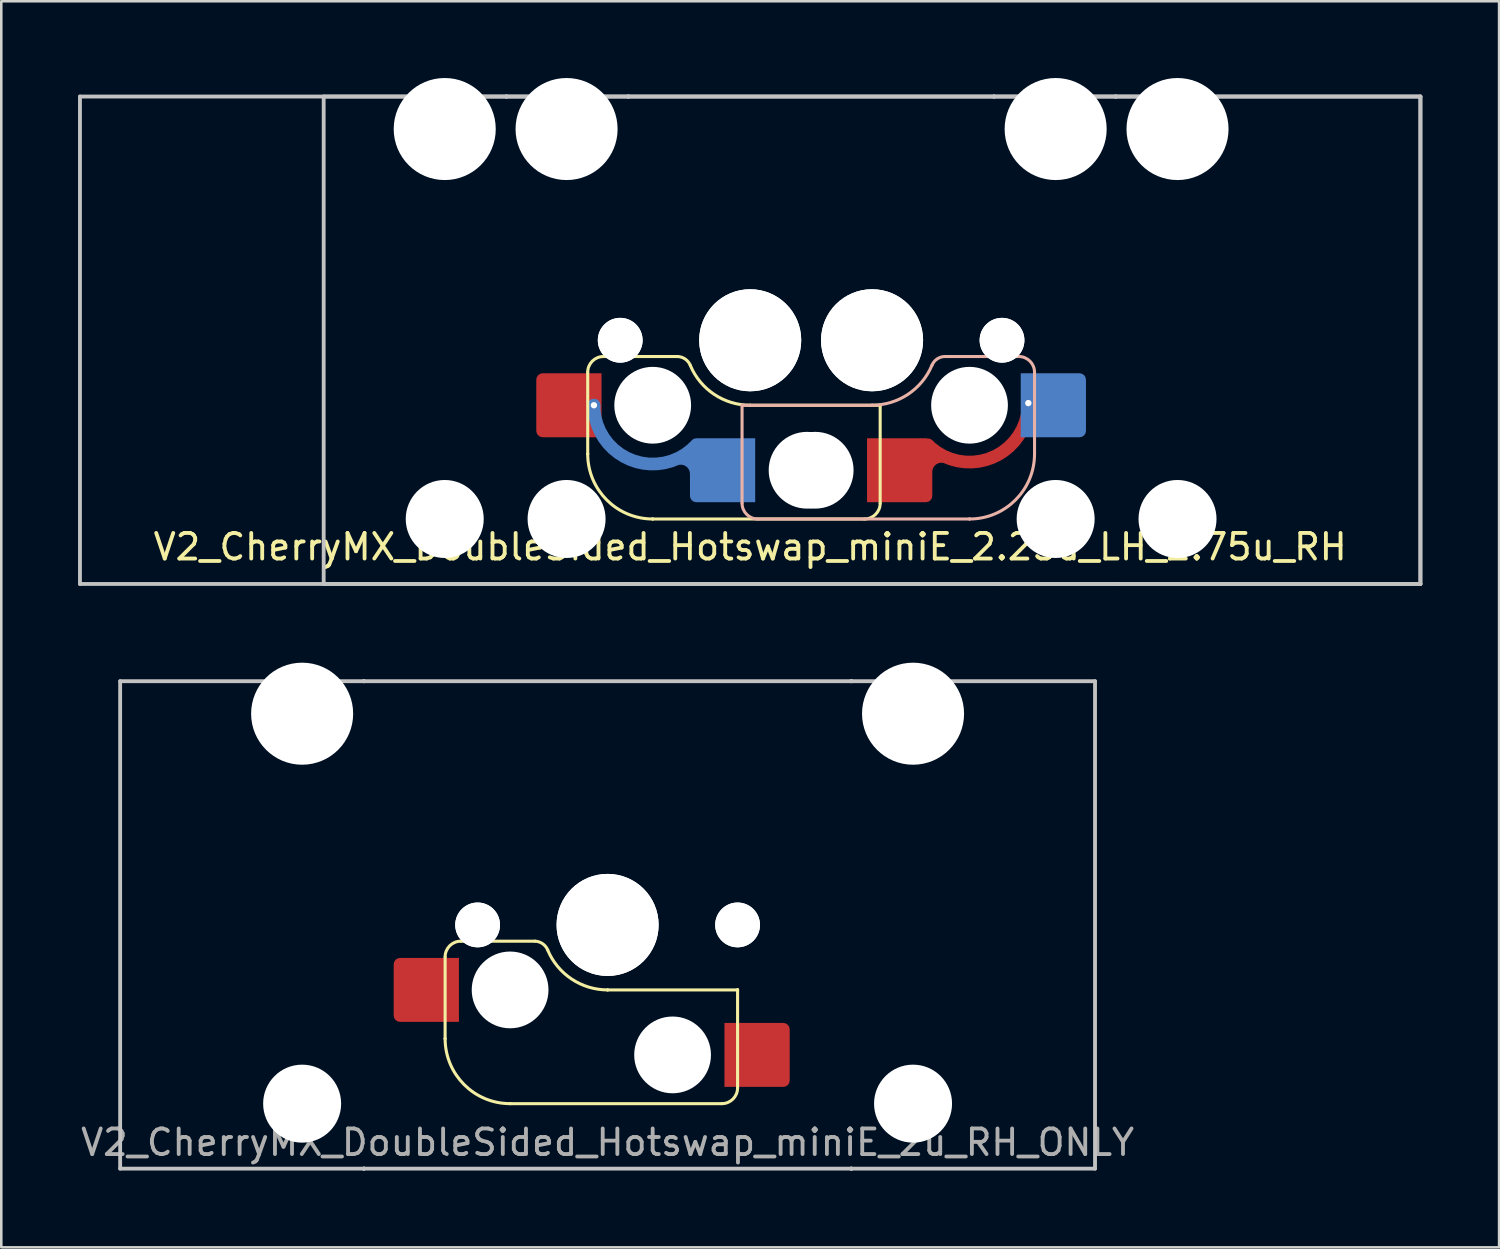
<source format=kicad_pcb>
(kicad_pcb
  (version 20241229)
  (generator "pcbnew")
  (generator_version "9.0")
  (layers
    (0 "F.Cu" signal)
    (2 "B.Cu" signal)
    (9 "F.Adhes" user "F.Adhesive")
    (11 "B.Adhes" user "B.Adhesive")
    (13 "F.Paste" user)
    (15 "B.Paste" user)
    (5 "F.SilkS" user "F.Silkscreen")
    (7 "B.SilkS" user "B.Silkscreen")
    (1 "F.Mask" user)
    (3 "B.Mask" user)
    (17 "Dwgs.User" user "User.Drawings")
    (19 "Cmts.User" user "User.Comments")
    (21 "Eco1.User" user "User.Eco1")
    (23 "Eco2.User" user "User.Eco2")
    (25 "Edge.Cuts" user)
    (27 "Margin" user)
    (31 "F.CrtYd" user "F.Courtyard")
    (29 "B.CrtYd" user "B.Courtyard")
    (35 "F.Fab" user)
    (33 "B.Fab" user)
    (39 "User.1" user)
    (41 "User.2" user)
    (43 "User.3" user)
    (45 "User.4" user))
  (footprint "V2_CherryMX_DoubleSided_Hotswap_miniE_2.25u_LH_2.75u_RH"
    (layer "F.Cu")
    (at 26.269 9.924)
    (property "Reference" "V2_CherryMX_DoubleSided_Hotswap_miniE_2.25u_LH_2.75u_RH" (at 0 8.4 0) (layer "F.SilkS") (effects (font (size 1 1) (thickness 0.15))))
    (attr through_hole)
    (fp_line (start -6.35 4.769) (end -6.35 1.584) (stroke (width 0.12) (type solid)) (layer "F.SilkS"))
    (fp_line (start -6.35 4.769) (end -6.35 4.769) (stroke (width 0.12) (type solid)) (layer "F.SilkS"))
    (fp_line (start -5.73 0.959) (end -2.84 0.959) (stroke (width 0.12) (type solid)) (layer "F.SilkS"))
    (fp_line (start -3.81 7.309) (end -3.81 7.309) (stroke (width 0.12) (type solid)) (layer "F.SilkS"))
    (fp_line (start -3.81 7.309) (end 4.46 7.309) (stroke (width 0.12) (type solid)) (layer "F.SilkS"))
    (fp_line (start 0 2.864) (end 0 2.864) (stroke (width 0.12) (type solid)) (layer "F.SilkS"))
    (fp_line (start 0 2.864) (end 5.08 2.864) (stroke (width 0.12) (type solid)) (layer "F.SilkS"))
    (fp_line (start 5.08 2.864) (end 5.08 2.864) (stroke (width 0.12) (type solid)) (layer "F.SilkS"))
    (fp_line (start 5.08 2.864) (end 5.08 2.864) (stroke (width 0.12) (type solid)) (layer "F.SilkS"))
    (fp_line (start 5.08 6.694) (end 5.08 2.864) (stroke (width 0.12) (type solid)) (layer "F.SilkS"))
    (fp_arc (start -6.35 1.57445) (mid -6.169871 1.139579) (end -5.735 0.95945) (stroke (width 0.12) (type default)) (layer "F.SilkS"))
    (fp_arc (start -3.81 7.30945) (mid -5.606051 6.565501) (end -6.35 4.76945) (stroke (width 0.12) (type solid)) (layer "F.SilkS"))
    (fp_arc (start -2.840072 0.95945) (mid -2.539136 1.058774) (end -2.34 1.305295) (stroke (width 0.12) (type default)) (layer "F.SilkS"))
    (fp_arc (start 0 2.86445) (mid -1.405313 2.439652) (end -2.34 1.307522) (stroke (width 0.12) (type solid)) (layer "F.SilkS"))
    (fp_arc (start 5.080129 6.69445) (mid 4.899999 7.12932) (end 4.465129 7.30945) (stroke (width 0.12) (type default)) (layer "F.SilkS"))
    (fp_line (start -0.318 2.864) (end -0.318 2.864) (stroke (width 0.12) (type solid)) (layer "B.SilkS"))
    (fp_line (start -0.318 2.864) (end -0.318 2.864) (stroke (width 0.12) (type solid)) (layer "B.SilkS"))
    (fp_line (start -0.318 6.684) (end -0.318 2.864) (stroke (width 0.12) (type solid)) (layer "B.SilkS"))
    (fp_line (start 0.302 7.309) (end 8.572 7.309) (stroke (width 0.12) (type solid)) (layer "B.SilkS"))
    (fp_line (start 4.763 2.864) (end -0.318 2.864) (stroke (width 0.12) (type solid)) (layer "B.SilkS"))
    (fp_line (start 4.763 2.864) (end 4.763 2.864) (stroke (width 0.12) (type solid)) (layer "B.SilkS"))
    (fp_line (start 7.622 0.959) (end 10.482 0.959) (stroke (width 0.12) (type solid)) (layer "B.SilkS"))
    (fp_line (start 8.572 7.309) (end 8.572 7.309) (stroke (width 0.12) (type solid)) (layer "B.SilkS"))
    (fp_line (start 11.113 1.574) (end 11.113 4.769) (stroke (width 0.12) (type solid)) (layer "B.SilkS"))
    (fp_line (start 11.113 4.769) (end 11.113 4.769) (stroke (width 0.12) (type solid)) (layer "B.SilkS"))
    (fp_arc (start 0.2975 7.30945) (mid -0.137371 7.129321) (end -0.3175 6.69445) (stroke (width 0.12) (type default)) (layer "B.SilkS"))
    (fp_arc (start 7.1025 1.30445) (mid 6.167813 2.43658) (end 4.7625 2.861378) (stroke (width 0.12) (type solid)) (layer "B.SilkS"))
    (fp_arc (start 7.1025 1.30445) (mid 7.309883 1.052341) (end 7.622499 0.958313) (stroke (width 0.12) (type default)) (layer "B.SilkS"))
    (fp_arc (start 10.497629 0.95945) (mid 10.932516 1.139584) (end 11.112629 1.57445) (stroke (width 0.12) (type default)) (layer "B.SilkS"))
    (fp_arc (start 11.1125 4.76945) (mid 10.368551 6.565501) (end 8.5725 7.30945) (stroke (width 0.12) (type solid)) (layer "B.SilkS"))
    (fp_line (start -26.194 -9.201) (end 26.194 -9.201) (stroke (width 0.15) (type solid)) (layer "Dwgs.User"))
    (fp_line (start -26.194 9.849) (end -26.194 -9.201) (stroke (width 0.15) (type solid)) (layer "Dwgs.User"))
    (fp_line (start -16.669 -9.201) (end 26.194 -9.201) (stroke (width 0.15) (type solid)) (layer "Dwgs.User"))
    (fp_line (start -16.669 9.849) (end -16.669 -9.201) (stroke (width 0.15) (type solid)) (layer "Dwgs.User"))
    (fp_line (start -9.525 -9.201) (end -9.525 -9.201) (stroke (width 0.15) (type solid)) (layer "Dwgs.User"))
    (fp_line (start -9.525 -9.201) (end -9.525 -9.201) (stroke (width 0.15) (type solid)) (layer "Dwgs.User"))
    (fp_line (start -9.525 -9.201) (end -9.525 -9.201) (stroke (width 0.15) (type solid)) (layer "Dwgs.User"))
    (fp_line (start -9.525 -9.201) (end -9.525 -9.201) (stroke (width 0.15) (type solid)) (layer "Dwgs.User"))
    (fp_line (start -9.525 9.849) (end -9.525 9.849) (stroke (width 0.15) (type solid)) (layer "Dwgs.User"))
    (fp_line (start -9.525 9.849) (end -9.525 9.849) (stroke (width 0.15) (type solid)) (layer "Dwgs.User"))
    (fp_line (start -9.525 9.849) (end -9.525 9.849) (stroke (width 0.15) (type solid)) (layer "Dwgs.User"))
    (fp_line (start -9.525 9.849) (end -9.525 9.849) (stroke (width 0.15) (type solid)) (layer "Dwgs.User"))
    (fp_line (start -4.763 -9.201) (end -4.763 -9.201) (stroke (width 0.15) (type solid)) (layer "Dwgs.User"))
    (fp_line (start -4.763 -9.201) (end -4.763 -9.201) (stroke (width 0.15) (type solid)) (layer "Dwgs.User"))
    (fp_line (start -4.763 -9.201) (end -4.763 -9.201) (stroke (width 0.15) (type solid)) (layer "Dwgs.User"))
    (fp_line (start -4.763 -9.201) (end -4.763 -9.201) (stroke (width 0.15) (type solid)) (layer "Dwgs.User"))
    (fp_line (start -4.763 9.849) (end -4.763 9.849) (stroke (width 0.15) (type solid)) (layer "Dwgs.User"))
    (fp_line (start -4.763 9.849) (end -4.763 9.849) (stroke (width 0.15) (type solid)) (layer "Dwgs.User"))
    (fp_line (start -4.763 9.849) (end -4.763 9.849) (stroke (width 0.15) (type solid)) (layer "Dwgs.User"))
    (fp_line (start -4.763 9.849) (end -4.763 9.849) (stroke (width 0.15) (type solid)) (layer "Dwgs.User"))
    (fp_line (start 9.525 -9.201) (end 9.525 -9.201) (stroke (width 0.15) (type solid)) (layer "Dwgs.User"))
    (fp_line (start 9.525 -9.201) (end 9.525 -9.201) (stroke (width 0.15) (type solid)) (layer "Dwgs.User"))
    (fp_line (start 9.525 -9.201) (end 9.525 -9.201) (stroke (width 0.15) (type solid)) (layer "Dwgs.User"))
    (fp_line (start 9.525 -9.201) (end 9.525 -9.201) (stroke (width 0.15) (type solid)) (layer "Dwgs.User"))
    (fp_line (start 9.525 9.849) (end 9.525 9.849) (stroke (width 0.15) (type solid)) (layer "Dwgs.User"))
    (fp_line (start 9.525 9.849) (end 9.525 9.849) (stroke (width 0.15) (type solid)) (layer "Dwgs.User"))
    (fp_line (start 9.525 9.849) (end 9.525 9.849) (stroke (width 0.15) (type solid)) (layer "Dwgs.User"))
    (fp_line (start 9.525 9.849) (end 9.525 9.849) (stroke (width 0.15) (type solid)) (layer "Dwgs.User"))
    (fp_line (start 14.287 -9.201) (end 14.287 -9.201) (stroke (width 0.15) (type solid)) (layer "Dwgs.User"))
    (fp_line (start 14.287 -9.201) (end 14.287 -9.201) (stroke (width 0.15) (type solid)) (layer "Dwgs.User"))
    (fp_line (start 14.287 -9.201) (end 14.287 -9.201) (stroke (width 0.15) (type solid)) (layer "Dwgs.User"))
    (fp_line (start 14.287 -9.201) (end 14.287 -9.201) (stroke (width 0.15) (type solid)) (layer "Dwgs.User"))
    (fp_line (start 14.287 9.849) (end 14.287 9.849) (stroke (width 0.15) (type solid)) (layer "Dwgs.User"))
    (fp_line (start 14.287 9.849) (end 14.287 9.849) (stroke (width 0.15) (type solid)) (layer "Dwgs.User"))
    (fp_line (start 14.287 9.849) (end 14.287 9.849) (stroke (width 0.15) (type solid)) (layer "Dwgs.User"))
    (fp_line (start 14.287 9.849) (end 14.287 9.849) (stroke (width 0.15) (type solid)) (layer "Dwgs.User"))
    (fp_line (start 26.194 -9.201) (end 26.194 9.849) (stroke (width 0.15) (type solid)) (layer "Dwgs.User"))
    (fp_line (start 26.194 -9.201) (end 26.194 9.849) (stroke (width 0.15) (type solid)) (layer "Dwgs.User"))
    (fp_line (start 26.194 9.849) (end -26.194 9.849) (stroke (width 0.15) (type solid)) (layer "Dwgs.User"))
    (fp_line (start 26.194 9.849) (end -16.669 9.849) (stroke (width 0.15) (type solid)) (layer "Dwgs.User"))
    (fp_line (start -9.525 9.849) (end -9.525 -9.201) (stroke (width 0.15) (type solid)) (layer "User.2"))
    (fp_line (start -4.763 9.849) (end -4.763 -9.201) (stroke (width 0.15) (type solid)) (layer "User.2"))
    (fp_line (start 9.525 -9.201) (end -9.525 -9.201) (stroke (width 0.15) (type solid)) (layer "User.2"))
    (fp_line (start 9.525 9.849) (end -9.525 9.849) (stroke (width 0.15) (type solid)) (layer "User.2"))
    (fp_line (start 9.525 9.849) (end 9.525 -9.201) (stroke (width 0.15) (type solid)) (layer "User.2"))
    (fp_line (start 14.287 -9.201) (end -4.763 -9.201) (stroke (width 0.15) (type solid)) (layer "User.2"))
    (fp_line (start 14.287 9.849) (end -4.763 9.849) (stroke (width 0.15) (type solid)) (layer "User.2"))
    (fp_line (start 14.287 9.849) (end 14.287 -9.201) (stroke (width 0.15) (type solid)) (layer "User.2"))
    (pad "" np_thru_hole circle (at -11.938 -7.931) (size 3.988 3.988) (drill 3.988) (layers "*.Cu" "*.Mask"))
    (pad "" np_thru_hole circle (at -11.938 7.309) (size 3.048 3.048) (drill 3.048) (layers "*.Cu" "*.Mask"))
    (pad "" np_thru_hole circle (at -7.176 -7.931) (size 3.988 3.988) (drill 3.988) (layers "*.Cu" "*.Mask"))
    (pad "" np_thru_hole circle (at -7.176 7.309) (size 3.048 3.048) (drill 3.048) (layers "*.Cu" "*.Mask"))
    (pad "" np_thru_hole circle (at -5.08 0.324 180) (size 1.75 1.75) (drill 1.75) (layers "*.Cu" "*.Mask"))
    (pad "" np_thru_hole circle (at -5.08 0.324 180) (size 1.75 1.75) (drill 1.75) (layers "*.Cu" "*.Mask"))
    (pad "" np_thru_hole circle (at -3.81 2.864 180) (size 3 3) (drill 3) (layers "*.Cu" "*.Mask"))
    (pad "" np_thru_hole circle (at -0.318 0.324 180) (size 1.75 1.75) (drill 1.75) (layers "*.Cu" "*.Mask"))
    (pad "" np_thru_hole circle (at -0.318 0.324 180) (size 1.75 1.75) (drill 1.75) (layers "*.Cu" "*.Mask"))
    (pad "" np_thru_hole circle (at 0 0.324 180) (size 3.988 3.988) (drill 3.988) (layers "*.Cu" "*.Mask"))
    (pad "" np_thru_hole circle (at 0 0.324 180) (size 3.988 3.988) (drill 3.988) (layers "*.Cu" "*.Mask"))
    (pad "" np_thru_hole circle (at 2.223 5.404 180) (size 3 3) (drill 3) (layers "*.Cu" "*.Mask"))
    (pad "" np_thru_hole circle (at 2.54 5.404 180) (size 3 3) (drill 3) (layers "*.Cu" "*.Mask"))
    (pad "" np_thru_hole circle (at 4.763 0.324 180) (size 3.988 3.988) (drill 3.988) (layers "*.Cu" "*.Mask"))
    (pad "" np_thru_hole circle (at 4.763 0.324 180) (size 3.988 3.988) (drill 3.988) (layers "*.Cu" "*.Mask"))
    (pad "" np_thru_hole circle (at 5.08 0.324 180) (size 1.75 1.75) (drill 1.75) (layers "*.Cu" "*.Mask"))
    (pad "" np_thru_hole circle (at 5.08 0.324 180) (size 1.75 1.75) (drill 1.75) (layers "*.Cu" "*.Mask"))
    (pad "" np_thru_hole circle (at 8.572 2.864 180) (size 3 3) (drill 3) (layers "*.Cu" "*.Mask"))
    (pad "" np_thru_hole circle (at 9.842 0.324 180) (size 1.75 1.75) (drill 1.75) (layers "*.Cu" "*.Mask"))
    (pad "" np_thru_hole circle (at 9.842 0.324 180) (size 1.75 1.75) (drill 1.75) (layers "*.Cu" "*.Mask"))
    (pad "" np_thru_hole circle (at 11.938 -7.931) (size 3.988 3.988) (drill 3.988) (layers "*.Cu" "*.Mask"))
    (pad "" np_thru_hole circle (at 11.938 7.309) (size 3.048 3.048) (drill 3.048) (layers "*.Cu" "*.Mask"))
    (pad "" np_thru_hole circle (at 16.701 -7.931) (size 3.988 3.988) (drill 3.988) (layers "*.Cu" "*.Mask"))
    (pad "" np_thru_hole circle (at 16.701 7.309) (size 3.048 3.048) (drill 3.048) (layers "*.Cu" "*.Mask"))
    (pad "5" smd roundrect (at -7.085 2.864 180) (size 2.55 2.5) (layers "F.Cu" "F.Mask" "F.Paste") (roundrect_rratio 0.1) (chamfer_ratio 0) (chamfer top_left bottom_left))
    (pad "5" thru_hole circle (at -6.107 2.864) (size 0.5 0.5) (drill 0.25) (layers "*.Cu" "*.Mask"))
    (pad "5" smd custom (at -1.079 5.404 180) (size 2.5 2.5) (layers "B.Cu" "B.Mask" "B.Paste") (options (anchor circle)) (primitives (gr_arc (start 1.106609 0.916108) (mid 3.609344 0.418284) (end 5.027029 2.54) (width 0.5)) (gr_arc (start 1.830888 0.431692) (mid 1.270496 0.344452) (end 1.028519 -0.168479) (width 0.5)) (gr_poly (pts (xy -1.275 -1.25) (xy 1.025 -1.25) (xy 1.121 -1.231) (xy 1.202 -1.177) (xy 1.256 -1.096) (xy 1.275 -1) (xy 1.275 1) (xy 1.256 1.096) (xy 1.202 1.177) (xy 1.121 1.231) (xy 1.025 1.25) (xy -1.275 1.25)) (width 0) (fill yes))))
    (pad "6" smd custom (at 5.842 5.404 180) (size 2.5 2.5) (layers "F.Cu" "F.Mask" "F.Paste") (options (anchor circle)) (primitives (gr_poly (pts (xy -1.275 -1) (xy -1.256 -1.096) (xy -1.202 -1.177) (xy -1.121 -1.231) (xy -1.025 -1.25) (xy 1.275 -1.25) (xy 1.275 1.25) (xy -1.025 1.25) (xy -1.121 1.231) (xy -1.202 1.177) (xy -1.256 1.096) (xy -1.275 1)) (width 0) (fill yes)) (gr_arc (start -5.025683 2.616166) (mid -3.608 0.49445) (end -1.105266 0.992274) (width 0.5)) (gr_arc (start -1.027185 -0.092313) (mid -1.269157 0.420616) (end -1.829545 0.507859) (width 0.5))))
    (pad "6" thru_hole circle (at 10.87 2.78) (size 0.5 0.5) (drill 0.25) (layers "*.Cu" "*.Mask"))
    (pad "6" smd roundrect (at 11.848 2.864 180) (size 2.55 2.5) (layers "B.Cu" "B.Mask" "B.Paste") (roundrect_rratio 0.1) (chamfer_ratio 0) (chamfer top_right bottom_right)))
  (footprint "V2_CherryMX_DoubleSided_Hotswap_miniE_2u_RH_ONLY"
    (layer "F.Cu")
    (at 20.696 33.098)
    (property "Reference" "V2_CherryMX_DoubleSided_Hotswap_miniE_2u_RH_ONLY" (at 0 8.5 0) (layer "F.Fab") (effects (font (size 1 1) (thickness 0.15))))
    (attr through_hole)
    (fp_line (start -6.35 4.445) (end -6.35 1.26) (stroke (width 0.12) (type solid)) (layer "F.SilkS"))
    (fp_line (start -6.35 4.445) (end -6.35 4.445) (stroke (width 0.12) (type solid)) (layer "F.SilkS"))
    (fp_line (start -5.73 0.635) (end -2.84 0.635) (stroke (width 0.12) (type solid)) (layer "F.SilkS"))
    (fp_line (start -3.81 6.985) (end -3.81 6.985) (stroke (width 0.12) (type solid)) (layer "F.SilkS"))
    (fp_line (start -3.81 6.985) (end 4.46 6.985) (stroke (width 0.12) (type solid)) (layer "F.SilkS"))
    (fp_line (start 0 2.54) (end 0 2.54) (stroke (width 0.12) (type solid)) (layer "F.SilkS"))
    (fp_line (start 0 2.54) (end 5.08 2.54) (stroke (width 0.12) (type solid)) (layer "F.SilkS"))
    (fp_line (start 5.08 2.54) (end 5.08 2.54) (stroke (width 0.12) (type solid)) (layer "F.SilkS"))
    (fp_line (start 5.08 2.54) (end 5.08 2.54) (stroke (width 0.12) (type solid)) (layer "F.SilkS"))
    (fp_line (start 5.08 6.37) (end 5.08 2.54) (stroke (width 0.12) (type solid)) (layer "F.SilkS"))
    (fp_arc (start -6.35 1.25) (mid -6.169871 0.815129) (end -5.735 0.635) (stroke (width 0.12) (type default)) (layer "F.SilkS"))
    (fp_arc (start -3.81 6.985) (mid -5.606051 6.241051) (end -6.35 4.445) (stroke (width 0.12) (type solid)) (layer "F.SilkS"))
    (fp_arc (start -2.840072 0.635) (mid -2.539136 0.734324) (end -2.34 0.980845) (stroke (width 0.12) (type default)) (layer "F.SilkS"))
    (fp_arc (start 0 2.54) (mid -1.405313 2.115202) (end -2.34 0.983072) (stroke (width 0.12) (type solid)) (layer "F.SilkS"))
    (fp_arc (start 5.080129 6.37) (mid 4.9 6.80487) (end 4.465129 6.985) (stroke (width 0.12) (type default)) (layer "F.SilkS"))
    (fp_line (start -19.05 -9.525) (end 19.05 -9.525) (stroke (width 0.15) (type solid)) (layer "Dwgs.User"))
    (fp_line (start -19.05 9.525) (end -19.05 -9.525) (stroke (width 0.15) (type solid)) (layer "Dwgs.User"))
    (fp_line (start -9.525 -9.525) (end -9.525 -9.525) (stroke (width 0.15) (type solid)) (layer "Dwgs.User"))
    (fp_line (start -9.525 -9.525) (end -9.525 -9.525) (stroke (width 0.15) (type solid)) (layer "Dwgs.User"))
    (fp_line (start -9.525 -9.525) (end -9.525 -9.525) (stroke (width 0.15) (type solid)) (layer "Dwgs.User"))
    (fp_line (start -9.525 -9.525) (end -9.525 -9.525) (stroke (width 0.15) (type solid)) (layer "Dwgs.User"))
    (fp_line (start -9.525 9.525) (end -9.525 9.525) (stroke (width 0.15) (type solid)) (layer "Dwgs.User"))
    (fp_line (start -9.525 9.525) (end -9.525 9.525) (stroke (width 0.15) (type solid)) (layer "Dwgs.User"))
    (fp_line (start -9.525 9.525) (end -9.525 9.525) (stroke (width 0.15) (type solid)) (layer "Dwgs.User"))
    (fp_line (start -9.525 9.525) (end -9.525 9.525) (stroke (width 0.15) (type solid)) (layer "Dwgs.User"))
    (fp_line (start 9.525 -9.525) (end 9.525 -9.525) (stroke (width 0.15) (type solid)) (layer "Dwgs.User"))
    (fp_line (start 9.525 -9.525) (end 9.525 -9.525) (stroke (width 0.15) (type solid)) (layer "Dwgs.User"))
    (fp_line (start 9.525 -9.525) (end 9.525 -9.525) (stroke (width 0.15) (type solid)) (layer "Dwgs.User"))
    (fp_line (start 9.525 -9.525) (end 9.525 -9.525) (stroke (width 0.15) (type solid)) (layer "Dwgs.User"))
    (fp_line (start 9.525 9.525) (end 9.525 9.525) (stroke (width 0.15) (type solid)) (layer "Dwgs.User"))
    (fp_line (start 9.525 9.525) (end 9.525 9.525) (stroke (width 0.15) (type solid)) (layer "Dwgs.User"))
    (fp_line (start 9.525 9.525) (end 9.525 9.525) (stroke (width 0.15) (type solid)) (layer "Dwgs.User"))
    (fp_line (start 9.525 9.525) (end 9.525 9.525) (stroke (width 0.15) (type solid)) (layer "Dwgs.User"))
    (fp_line (start 19.05 -9.525) (end 19.05 9.525) (stroke (width 0.15) (type solid)) (layer "Dwgs.User"))
    (fp_line (start 19.05 9.525) (end -19.05 9.525) (stroke (width 0.15) (type solid)) (layer "Dwgs.User"))
    (fp_line (start -9.525 9.525) (end -9.525 -9.525) (stroke (width 0.15) (type solid)) (layer "User.2"))
    (fp_line (start 9.525 -9.525) (end -9.525 -9.525) (stroke (width 0.15) (type solid)) (layer "User.2"))
    (fp_line (start 9.525 9.525) (end -9.525 9.525) (stroke (width 0.15) (type solid)) (layer "User.2"))
    (fp_line (start 9.525 9.525) (end 9.525 -9.525) (stroke (width 0.15) (type solid)) (layer "User.2"))
    (pad "" np_thru_hole circle (at -11.938 -8.255) (size 3.988 3.988) (drill 3.988) (layers "*.Cu" "*.Mask"))
    (pad "" np_thru_hole circle (at -11.938 6.985) (size 3.048 3.048) (drill 3.048) (layers "*.Cu" "*.Mask"))
    (pad "" np_thru_hole circle (at -5.08 0 180) (size 1.75 1.75) (drill 1.75) (layers "*.Cu" "*.Mask"))
    (pad "" np_thru_hole circle (at -5.08 0 180) (size 1.75 1.75) (drill 1.75) (layers "*.Cu" "*.Mask"))
    (pad "" np_thru_hole circle (at -3.81 2.54 180) (size 3 3) (drill 3) (layers "*.Cu" "*.Mask"))
    (pad "" np_thru_hole circle (at 0 0 180) (size 3.988 3.988) (drill 3.988) (layers "*.Cu" "*.Mask"))
    (pad "" np_thru_hole circle (at 0 0 180) (size 3.988 3.988) (drill 3.988) (layers "*.Cu" "*.Mask"))
    (pad "" np_thru_hole circle (at 2.54 5.08 180) (size 3 3) (drill 3) (layers "*.Cu" "*.Mask"))
    (pad "" np_thru_hole circle (at 5.08 0 180) (size 1.75 1.75) (drill 1.75) (layers "*.Cu" "*.Mask"))
    (pad "" np_thru_hole circle (at 5.08 0 180) (size 1.75 1.75) (drill 1.75) (layers "*.Cu" "*.Mask"))
    (pad "" np_thru_hole circle (at 11.938 -8.255) (size 3.988 3.988) (drill 3.988) (layers "*.Cu" "*.Mask"))
    (pad "" np_thru_hole circle (at 11.938 6.985) (size 3.048 3.048) (drill 3.048) (layers "*.Cu" "*.Mask"))
    (pad "5" smd roundrect (at -7.085 2.54 180) (size 2.55 2.5) (layers "F.Cu" "F.Mask" "F.Paste") (roundrect_rratio 0.1) (chamfer_ratio 0) (chamfer top_left bottom_left))
    (pad "6" smd roundrect (at 5.842 5.08 180) (size 2.55 2.5) (layers "F.Cu" "F.Mask" "F.Paste") (roundrect_rratio 0.1) (chamfer_ratio 0) (chamfer top_right bottom_right)))
  (gr_rect
    (start -3 -3)
    (end 55.538 45.698)
    (stroke (width 0.1) (type default))
    (fill no)
    (layer "Edge.Cuts")))
</source>
